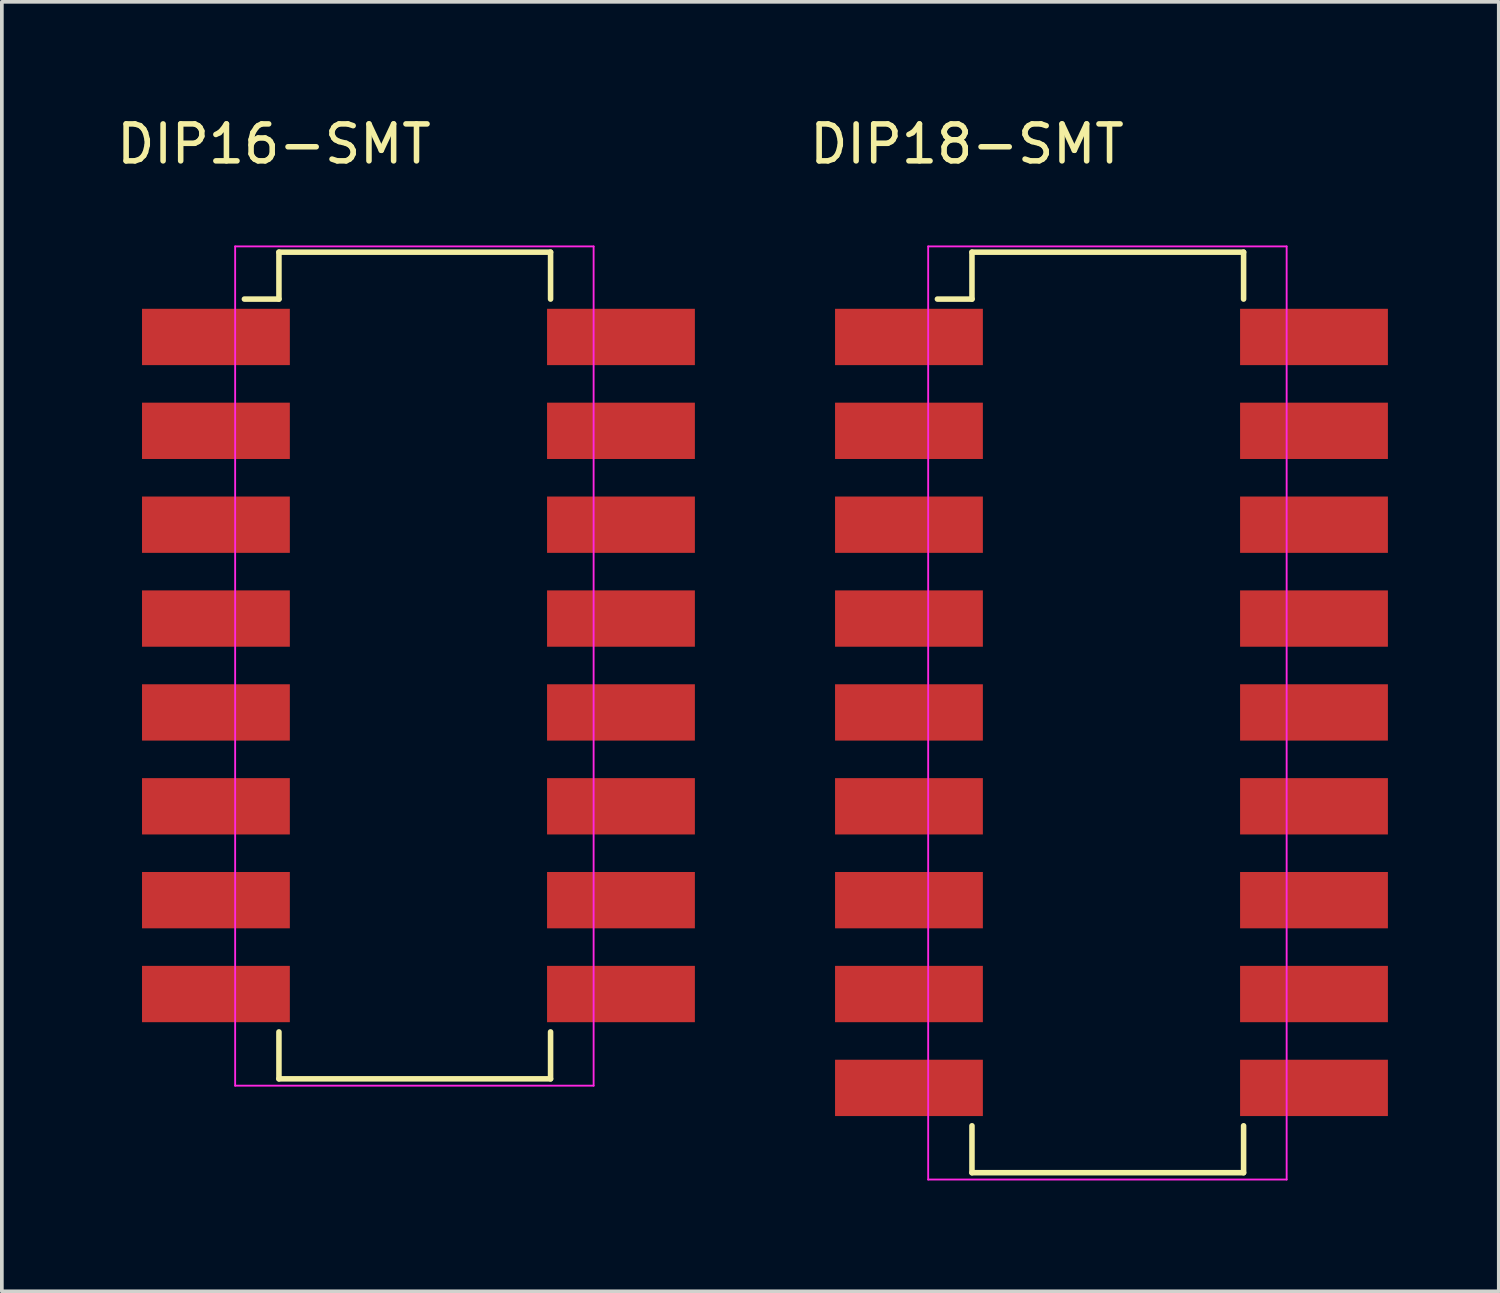
<source format=kicad_pcb>
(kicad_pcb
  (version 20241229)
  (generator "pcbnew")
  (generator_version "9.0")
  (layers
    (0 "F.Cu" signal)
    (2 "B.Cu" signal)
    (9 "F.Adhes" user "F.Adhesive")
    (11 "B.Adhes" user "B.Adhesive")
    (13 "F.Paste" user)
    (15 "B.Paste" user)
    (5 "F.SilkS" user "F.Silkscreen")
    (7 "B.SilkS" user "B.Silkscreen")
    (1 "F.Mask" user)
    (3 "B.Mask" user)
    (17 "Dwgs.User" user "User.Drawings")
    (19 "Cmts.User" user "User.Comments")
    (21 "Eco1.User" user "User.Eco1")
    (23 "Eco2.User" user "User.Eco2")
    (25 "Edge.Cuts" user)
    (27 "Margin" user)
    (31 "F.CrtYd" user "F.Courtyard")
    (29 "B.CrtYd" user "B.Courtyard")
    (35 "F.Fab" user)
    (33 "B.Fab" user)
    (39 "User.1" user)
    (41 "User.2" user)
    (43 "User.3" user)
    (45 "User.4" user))
  (footprint "DIP18-SMT"
    (layer "F.Cu")
    (at 23.116 6.068)
    (property "Reference" "DIP18-SMT" (at 0 -5.22 0) (layer "F.SilkS") (effects (font (size 1 1) (thickness 0.15))))
    (attr through_hole)
    (fp_line (start 0.135 -2.295) (end 0.135 -1.025) (stroke (width 0.15) (type solid)) (layer "F.SilkS"))
    (fp_line (start 0.135 -2.295) (end 7.485 -2.295) (stroke (width 0.15) (type solid)) (layer "F.SilkS"))
    (fp_line (start 0.135 -1.025) (end -0.8 -1.025) (stroke (width 0.15) (type solid)) (layer "F.SilkS"))
    (fp_line (start 0.135 22.615) (end 0.135 21.345) (stroke (width 0.15) (type solid)) (layer "F.SilkS"))
    (fp_line (start 0.135 22.615) (end 7.485 22.615) (stroke (width 0.15) (type solid)) (layer "F.SilkS"))
    (fp_line (start 7.485 -2.295) (end 7.485 -1.025) (stroke (width 0.15) (type solid)) (layer "F.SilkS"))
    (fp_line (start 7.485 22.615) (end 7.485 21.345) (stroke (width 0.15) (type solid)) (layer "F.SilkS"))
    (fp_line (start -1.05 -2.45) (end -1.05 22.8) (stroke (width 0.05) (type solid)) (layer "F.CrtYd"))
    (fp_line (start -1.05 -2.45) (end 8.65 -2.45) (stroke (width 0.05) (type solid)) (layer "F.CrtYd"))
    (fp_line (start -1.05 22.8) (end 8.65 22.8) (stroke (width 0.05) (type solid)) (layer "F.CrtYd"))
    (fp_line (start 8.65 -2.45) (end 8.65 22.8) (stroke (width 0.05) (type solid)) (layer "F.CrtYd"))
    (pad "1" smd rect (at -1.57 0) (size 4 1.524) (layers "F.Cu" "F.Mask" "F.Paste"))
    (pad "2" smd rect (at -1.57 2.54) (size 4 1.524) (layers "F.Cu" "F.Mask" "F.Paste"))
    (pad "3" smd rect (at -1.57 5.08) (size 4 1.524) (layers "F.Cu" "F.Mask" "F.Paste"))
    (pad "4" smd rect (at -1.57 7.62) (size 4 1.524) (layers "F.Cu" "F.Mask" "F.Paste"))
    (pad "5" smd rect (at -1.57 10.16) (size 4 1.524) (layers "F.Cu" "F.Mask" "F.Paste"))
    (pad "6" smd rect (at -1.57 12.7) (size 4 1.524) (layers "F.Cu" "F.Mask" "F.Paste"))
    (pad "7" smd rect (at -1.57 15.24) (size 4 1.524) (layers "F.Cu" "F.Mask" "F.Paste"))
    (pad "8" smd rect (at -1.57 17.78) (size 4 1.524) (layers "F.Cu" "F.Mask" "F.Paste"))
    (pad "9" smd rect (at -1.57 20.32) (size 4 1.524) (layers "F.Cu" "F.Mask" "F.Paste"))
    (pad "10" smd rect (at 9.39 20.32) (size 4 1.524) (layers "F.Cu" "F.Mask" "F.Paste"))
    (pad "11" smd rect (at 9.39 17.78) (size 4 1.524) (layers "F.Cu" "F.Mask" "F.Paste"))
    (pad "12" smd rect (at 9.39 15.24) (size 4 1.524) (layers "F.Cu" "F.Mask" "F.Paste"))
    (pad "13" smd rect (at 9.39 12.7) (size 4 1.524) (layers "F.Cu" "F.Mask" "F.Paste"))
    (pad "14" smd rect (at 9.39 10.16) (size 4 1.524) (layers "F.Cu" "F.Mask" "F.Paste"))
    (pad "15" smd rect (at 9.39 7.62) (size 4 1.524) (layers "F.Cu" "F.Mask" "F.Paste"))
    (pad "16" smd rect (at 9.39 5.08) (size 4 1.524) (layers "F.Cu" "F.Mask" "F.Paste"))
    (pad "17" smd rect (at 9.39 2.54) (size 4 1.524) (layers "F.Cu" "F.Mask" "F.Paste"))
    (pad "18" smd rect (at 9.39 0) (size 4 1.524) (layers "F.Cu" "F.Mask" "F.Paste")))
  (footprint "DIP16-SMT"
    (layer "F.Cu")
    (at 4.363 6.068)
    (property "Reference" "DIP16-SMT" (at 0 -5.22 0) (layer "F.SilkS") (effects (font (size 1 1) (thickness 0.15))))
    (attr through_hole)
    (fp_line (start 0.135 -2.295) (end 0.135 -1.025) (stroke (width 0.15) (type solid)) (layer "F.SilkS"))
    (fp_line (start 0.135 -2.295) (end 7.485 -2.295) (stroke (width 0.15) (type solid)) (layer "F.SilkS"))
    (fp_line (start 0.135 -1.025) (end -0.8 -1.025) (stroke (width 0.15) (type solid)) (layer "F.SilkS"))
    (fp_line (start 0.135 20.075) (end 0.135 18.805) (stroke (width 0.15) (type solid)) (layer "F.SilkS"))
    (fp_line (start 0.135 20.075) (end 7.485 20.075) (stroke (width 0.15) (type solid)) (layer "F.SilkS"))
    (fp_line (start 7.485 -2.295) (end 7.485 -1.025) (stroke (width 0.15) (type solid)) (layer "F.SilkS"))
    (fp_line (start 7.485 20.075) (end 7.485 18.805) (stroke (width 0.15) (type solid)) (layer "F.SilkS"))
    (fp_line (start -1.05 -2.45) (end -1.05 20.26) (stroke (width 0.05) (type solid)) (layer "F.CrtYd"))
    (fp_line (start -1.05 -2.45) (end 8.65 -2.45) (stroke (width 0.05) (type solid)) (layer "F.CrtYd"))
    (fp_line (start -1.05 20.26) (end 8.65 20.26) (stroke (width 0.05) (type solid)) (layer "F.CrtYd"))
    (fp_line (start 8.65 -2.45) (end 8.65 20.26) (stroke (width 0.05) (type solid)) (layer "F.CrtYd"))
    (pad "1" smd rect (at -1.57 0) (size 4 1.524) (layers "F.Cu" "F.Mask" "F.Paste"))
    (pad "2" smd rect (at -1.57 2.54) (size 4 1.524) (layers "F.Cu" "F.Mask" "F.Paste"))
    (pad "3" smd rect (at -1.57 5.08) (size 4 1.524) (layers "F.Cu" "F.Mask" "F.Paste"))
    (pad "4" smd rect (at -1.57 7.62) (size 4 1.524) (layers "F.Cu" "F.Mask" "F.Paste"))
    (pad "5" smd rect (at -1.57 10.16) (size 4 1.524) (layers "F.Cu" "F.Mask" "F.Paste"))
    (pad "6" smd rect (at -1.57 12.7) (size 4 1.524) (layers "F.Cu" "F.Mask" "F.Paste"))
    (pad "7" smd rect (at -1.57 15.24) (size 4 1.524) (layers "F.Cu" "F.Mask" "F.Paste"))
    (pad "8" smd rect (at -1.57 17.78) (size 4 1.524) (layers "F.Cu" "F.Mask" "F.Paste"))
    (pad "9" smd rect (at 9.39 17.78) (size 4 1.524) (layers "F.Cu" "F.Mask" "F.Paste"))
    (pad "10" smd rect (at 9.39 15.24) (size 4 1.524) (layers "F.Cu" "F.Mask" "F.Paste"))
    (pad "11" smd rect (at 9.39 12.7) (size 4 1.524) (layers "F.Cu" "F.Mask" "F.Paste"))
    (pad "12" smd rect (at 9.39 10.16) (size 4 1.524) (layers "F.Cu" "F.Mask" "F.Paste"))
    (pad "13" smd rect (at 9.39 7.62) (size 4 1.524) (layers "F.Cu" "F.Mask" "F.Paste"))
    (pad "14" smd rect (at 9.39 5.08) (size 4 1.524) (layers "F.Cu" "F.Mask" "F.Paste"))
    (pad "15" smd rect (at 9.39 2.54) (size 4 1.524) (layers "F.Cu" "F.Mask" "F.Paste"))
    (pad "16" smd rect (at 9.39 0) (size 4 1.524) (layers "F.Cu" "F.Mask" "F.Paste")))
  (gr_rect
    (start -3 -3)
    (end 37.506 31.893)
    (stroke (width 0.1) (type default))
    (fill no)
    (layer "Edge.Cuts")))
</source>
